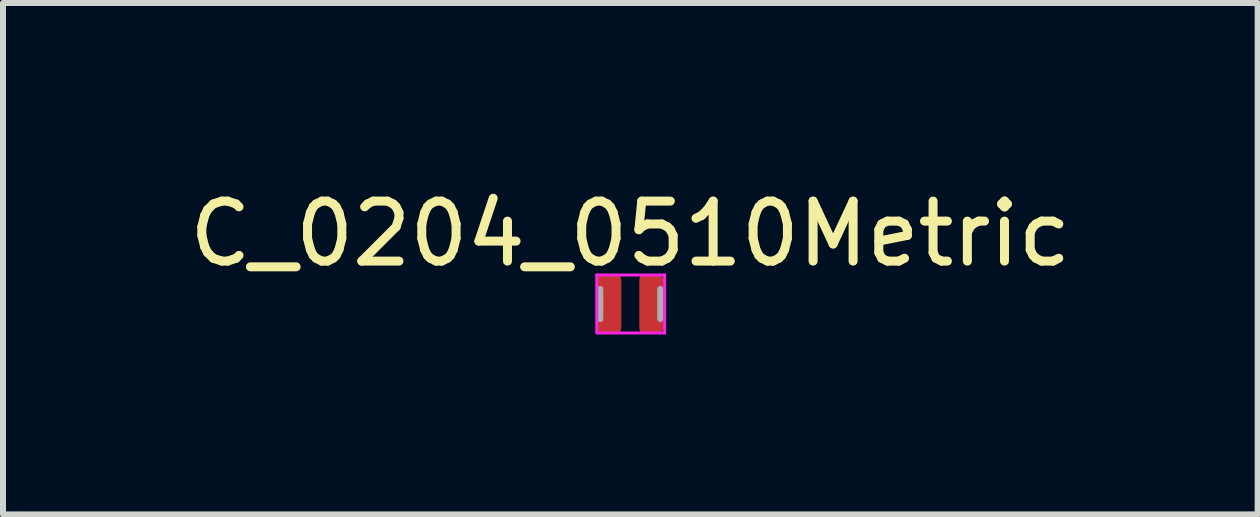
<source format=kicad_pcb>
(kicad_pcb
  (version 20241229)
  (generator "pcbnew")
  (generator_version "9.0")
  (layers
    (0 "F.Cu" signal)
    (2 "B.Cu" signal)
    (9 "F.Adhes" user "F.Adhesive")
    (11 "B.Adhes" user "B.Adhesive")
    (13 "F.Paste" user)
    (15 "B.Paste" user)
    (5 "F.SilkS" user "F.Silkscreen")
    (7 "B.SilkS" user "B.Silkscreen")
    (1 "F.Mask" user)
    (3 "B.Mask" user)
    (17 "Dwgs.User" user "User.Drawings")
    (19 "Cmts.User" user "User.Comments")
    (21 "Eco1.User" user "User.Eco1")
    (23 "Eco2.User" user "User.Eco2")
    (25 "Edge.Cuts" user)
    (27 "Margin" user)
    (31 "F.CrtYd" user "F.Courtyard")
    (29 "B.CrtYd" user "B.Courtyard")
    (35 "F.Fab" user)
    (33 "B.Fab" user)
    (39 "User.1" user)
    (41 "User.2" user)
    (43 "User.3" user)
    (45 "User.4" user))
  (footprint "C_0204_0510Metric"
    (layer "F.Cu")
    (at 7.458 2.018)
    (property "Reference" "C_0204_0510Metric" (at 0 -1.17 0) (layer "F.SilkS") (effects (font (size 1 1) (thickness 0.15))))
    (attr smd)
    (fp_line (start -0.559 -0.483) (end 0.572 -0.483) (stroke (width 0.05) (type solid)) (layer "F.CrtYd"))
    (fp_line (start -0.559 0.483) (end -0.559 -0.483) (stroke (width 0.05) (type solid)) (layer "F.CrtYd"))
    (fp_line (start 0.572 -0.483) (end 0.572 0.483) (stroke (width 0.05) (type solid)) (layer "F.CrtYd"))
    (fp_line (start 0.572 0.483) (end -0.546 0.483) (stroke (width 0.05) (type solid)) (layer "F.CrtYd"))
    (fp_line (start -0.5 0.25) (end -0.5 -0.25) (stroke (width 0.1) (type solid)) (layer "F.Fab"))
    (fp_line (start 0.5 -0.25) (end 0.5 0.25) (stroke (width 0.1) (type solid)) (layer "F.Fab"))
    (pad "1" smd roundrect (at -0.35 0) (size 0.4 1) (layers "F.Cu" "F.Mask" "F.Paste") (roundrect_rratio 0.25))
    (pad "2" smd roundrect (at 0.35 0) (size 0.4 1) (layers "F.Cu" "F.Mask" "F.Paste") (roundrect_rratio 0.25)))
  (gr_rect
    (start -3 -3)
    (end 17.917 5.526)
    (stroke (width 0.1) (type default))
    (fill no)
    (layer "Edge.Cuts")))
</source>
